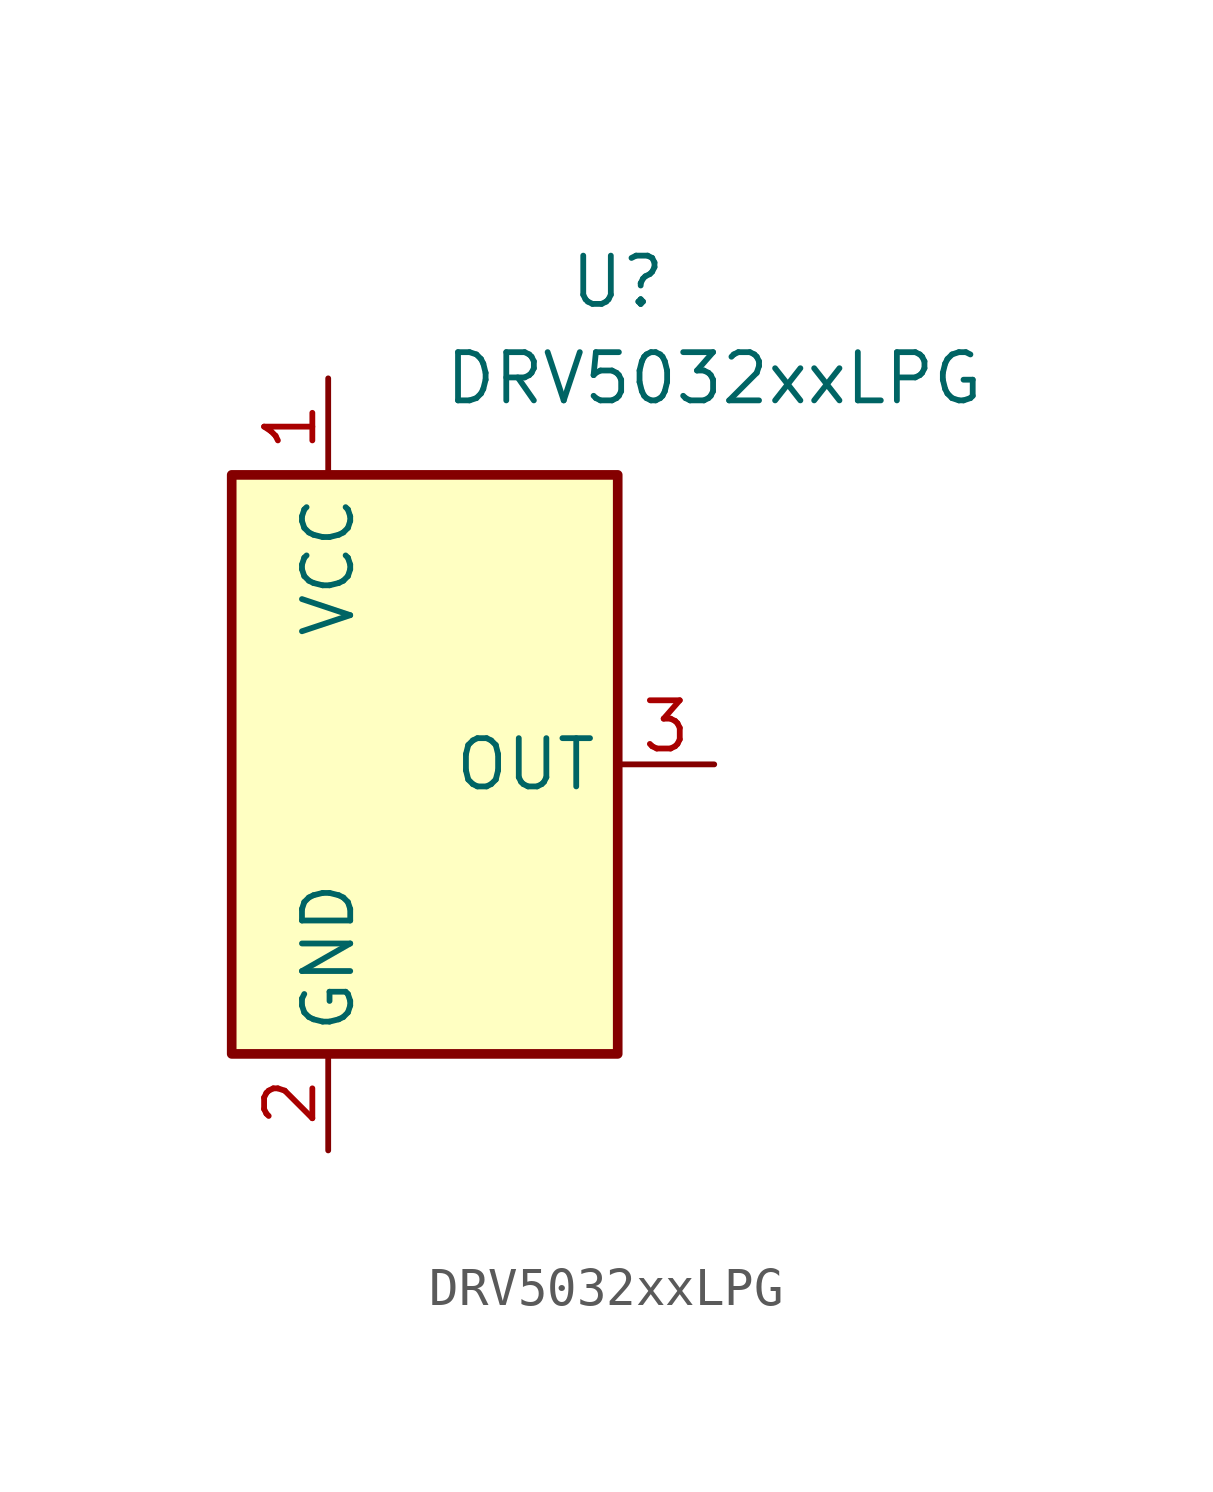
<source format=kicad_sym>
(kicad_symbol_lib
  (version 20231120)
  (generator "kicad_symbol_editor")
  (generator_version "8.0")
  (symbol "DRV5032xxLPG"
    (property "Reference" "U"
      (at 5.08 12.7 0)
      (effects (font (size 1.27 1.27))))
    (property "Value" "DRV5032xxLPG"
      (at 7.62 10.16 0)
      (effects (font (size 1.27 1.27))))
    (symbol "DRV5032xxLPG_1_1"
      (rectangle (start -5.08 7.62) (end 5.08 -7.62) (stroke (width 0.254) (type default)) (fill (type background)))
      (pin power_in line (at -2.54 10.16 270) (length 2.54) (name "VCC" (effects (font (size 1.27 1.27)))) (number "1" (effects (font (size 1.27 1.27)))))
      (pin power_in line (at -2.54 -10.16 90) (length 2.54) (name "GND" (effects (font (size 1.27 1.27)))) (number "2" (effects (font (size 1.27 1.27)))))
      (pin output line (at 7.62 0 180) (length 2.54) (name "OUT" (effects (font (size 1.27 1.27)))) (number "3" (effects (font (size 1.27 1.27))))))))
</source>
